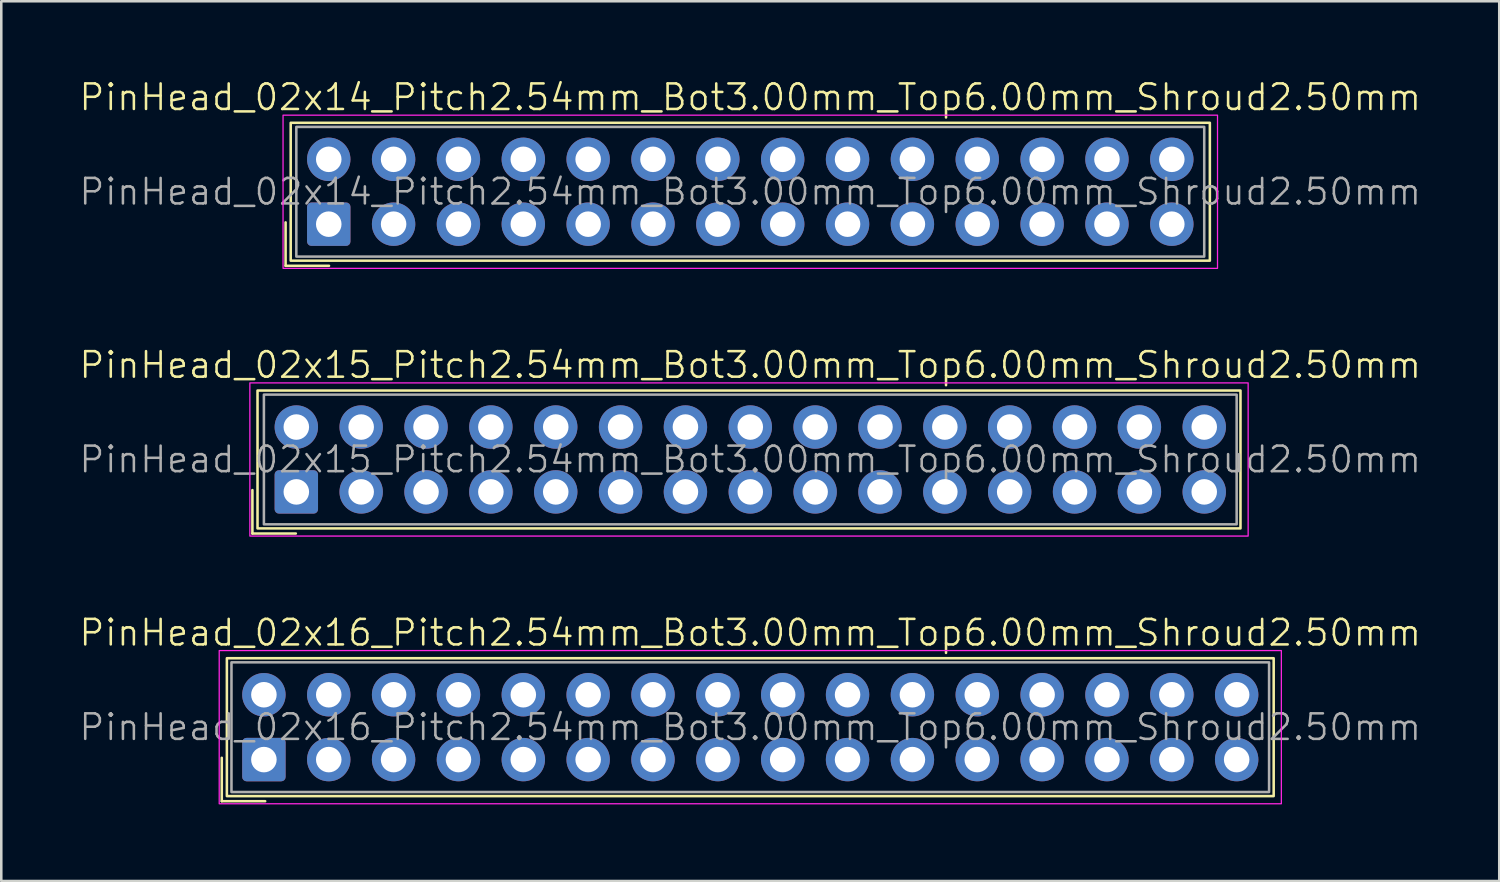
<source format=kicad_pcb>
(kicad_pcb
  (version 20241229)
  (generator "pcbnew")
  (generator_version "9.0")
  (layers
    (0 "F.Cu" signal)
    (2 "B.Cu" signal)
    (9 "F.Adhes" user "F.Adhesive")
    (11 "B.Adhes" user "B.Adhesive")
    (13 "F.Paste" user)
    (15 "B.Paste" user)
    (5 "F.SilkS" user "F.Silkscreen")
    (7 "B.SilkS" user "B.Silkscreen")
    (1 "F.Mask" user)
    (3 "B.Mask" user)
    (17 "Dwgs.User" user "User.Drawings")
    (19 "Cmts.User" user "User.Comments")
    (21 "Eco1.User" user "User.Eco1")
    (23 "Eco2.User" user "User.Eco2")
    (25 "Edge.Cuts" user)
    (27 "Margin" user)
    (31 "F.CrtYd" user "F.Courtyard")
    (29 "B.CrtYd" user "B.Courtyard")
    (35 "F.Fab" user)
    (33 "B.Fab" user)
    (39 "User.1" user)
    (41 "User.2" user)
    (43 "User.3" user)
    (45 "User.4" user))
  (footprint "PinHead_02x16_Pitch2.54mm_Bot3.00mm_Top6.00mm_Shroud2.50mm"
    (layer "F.Cu")
    (at 26.336 25.431)
    (property "Reference" "PinHead_02x16_Pitch2.54mm_Bot3.00mm_Top6.00mm_Shroud2.50mm" (at 0 -3.7 0) (unlocked yes) (layer "F.SilkS") (effects (font (size 1 1) (thickness 0.1))))
    (attr through_hole)
    (fp_line (start -20.7 1.2) (end -20.7 2.9) (stroke (width 0.1) (type default)) (layer "F.SilkS"))
    (fp_line (start -20.7 2.9) (end -19 2.9) (stroke (width 0.1) (type default)) (layer "F.SilkS"))
    (fp_rect (start -20.5 -2.7) (end 20.5 2.7) (stroke (width 0.1) (type default)) (fill no) (layer "F.SilkS"))
    (fp_rect (start -20.8 -3) (end 20.8 3) (stroke (width 0.05) (type default)) (fill no) (layer "F.CrtYd"))
    (fp_rect (start -20.32 -2.54) (end 20.32 2.54) (stroke (width 0.1) (type default)) (fill no) (layer "F.Fab"))
    (fp_text user "${REFERENCE}" (at 0 0 0) (unlocked yes) (layer "F.Fab") (effects (font (size 1 1) (thickness 0.1))))
    (pad "1" thru_hole roundrect (at -19.05 1.27) (size 1.7 1.7) (drill 1) (layers "*.Cu" "*.Mask") (roundrect_rratio 0.1))
    (pad "2" thru_hole circle (at -19.05 -1.27) (size 1.7 1.7) (drill 1) (layers "*.Cu" "*.Mask"))
    (pad "3" thru_hole circle (at -16.51 1.27) (size 1.7 1.7) (drill 1) (layers "*.Cu" "*.Mask"))
    (pad "4" thru_hole circle (at -16.51 -1.27) (size 1.7 1.7) (drill 1) (layers "*.Cu" "*.Mask"))
    (pad "5" thru_hole circle (at -13.97 1.27) (size 1.7 1.7) (drill 1) (layers "*.Cu" "*.Mask"))
    (pad "6" thru_hole circle (at -13.97 -1.27) (size 1.7 1.7) (drill 1) (layers "*.Cu" "*.Mask"))
    (pad "7" thru_hole circle (at -11.43 1.27) (size 1.7 1.7) (drill 1) (layers "*.Cu" "*.Mask"))
    (pad "8" thru_hole circle (at -11.43 -1.27) (size 1.7 1.7) (drill 1) (layers "*.Cu" "*.Mask"))
    (pad "9" thru_hole circle (at -8.89 1.27) (size 1.7 1.7) (drill 1) (layers "*.Cu" "*.Mask"))
    (pad "10" thru_hole circle (at -8.89 -1.27) (size 1.7 1.7) (drill 1) (layers "*.Cu" "*.Mask"))
    (pad "11" thru_hole circle (at -6.35 1.27) (size 1.7 1.7) (drill 1) (layers "*.Cu" "*.Mask"))
    (pad "12" thru_hole circle (at -6.35 -1.27) (size 1.7 1.7) (drill 1) (layers "*.Cu" "*.Mask"))
    (pad "13" thru_hole circle (at -3.81 1.27) (size 1.7 1.7) (drill 1) (layers "*.Cu" "*.Mask"))
    (pad "14" thru_hole circle (at -3.81 -1.27) (size 1.7 1.7) (drill 1) (layers "*.Cu" "*.Mask"))
    (pad "15" thru_hole circle (at -1.27 1.27) (size 1.7 1.7) (drill 1) (layers "*.Cu" "*.Mask"))
    (pad "16" thru_hole circle (at -1.27 -1.27) (size 1.7 1.7) (drill 1) (layers "*.Cu" "*.Mask"))
    (pad "17" thru_hole circle (at 1.27 1.27) (size 1.7 1.7) (drill 1) (layers "*.Cu" "*.Mask"))
    (pad "18" thru_hole circle (at 1.27 -1.27) (size 1.7 1.7) (drill 1) (layers "*.Cu" "*.Mask"))
    (pad "19" thru_hole circle (at 3.81 1.27) (size 1.7 1.7) (drill 1) (layers "*.Cu" "*.Mask"))
    (pad "20" thru_hole circle (at 3.81 -1.27) (size 1.7 1.7) (drill 1) (layers "*.Cu" "*.Mask"))
    (pad "21" thru_hole circle (at 6.35 1.27) (size 1.7 1.7) (drill 1) (layers "*.Cu" "*.Mask"))
    (pad "22" thru_hole circle (at 6.35 -1.27) (size 1.7 1.7) (drill 1) (layers "*.Cu" "*.Mask"))
    (pad "23" thru_hole circle (at 8.89 1.27) (size 1.7 1.7) (drill 1) (layers "*.Cu" "*.Mask"))
    (pad "24" thru_hole circle (at 8.89 -1.27) (size 1.7 1.7) (drill 1) (layers "*.Cu" "*.Mask"))
    (pad "25" thru_hole circle (at 11.43 1.27) (size 1.7 1.7) (drill 1) (layers "*.Cu" "*.Mask"))
    (pad "26" thru_hole circle (at 11.43 -1.27) (size 1.7 1.7) (drill 1) (layers "*.Cu" "*.Mask"))
    (pad "27" thru_hole circle (at 13.97 1.27) (size 1.7 1.7) (drill 1) (layers "*.Cu" "*.Mask"))
    (pad "28" thru_hole circle (at 13.97 -1.27) (size 1.7 1.7) (drill 1) (layers "*.Cu" "*.Mask"))
    (pad "29" thru_hole circle (at 16.51 1.27) (size 1.7 1.7) (drill 1) (layers "*.Cu" "*.Mask"))
    (pad "30" thru_hole circle (at 16.51 -1.27) (size 1.7 1.7) (drill 1) (layers "*.Cu" "*.Mask"))
    (pad "31" thru_hole circle (at 19.05 1.27) (size 1.7 1.7) (drill 1) (layers "*.Cu" "*.Mask"))
    (pad "32" thru_hole circle (at 19.05 -1.27) (size 1.7 1.7) (drill 1) (layers "*.Cu" "*.Mask")))
  (footprint "PinHead_02x15_Pitch2.54mm_Bot3.00mm_Top6.00mm_Shroud2.50mm"
    (layer "F.Cu")
    (at 26.336 14.946)
    (property "Reference" "PinHead_02x15_Pitch2.54mm_Bot3.00mm_Top6.00mm_Shroud2.50mm" (at 0 -3.7 0) (unlocked yes) (layer "F.SilkS") (effects (font (size 1 1) (thickness 0.1))))
    (attr through_hole)
    (fp_line (start -19.5 1.2) (end -19.5 2.9) (stroke (width 0.1) (type default)) (layer "F.SilkS"))
    (fp_line (start -19.5 2.9) (end -17.8 2.9) (stroke (width 0.1) (type default)) (layer "F.SilkS"))
    (fp_rect (start -19.3 -2.7) (end 19.2 2.7) (stroke (width 0.1) (type default)) (fill no) (layer "F.SilkS"))
    (fp_rect (start -19.6 -3) (end 19.5 3) (stroke (width 0.05) (type default)) (fill no) (layer "F.CrtYd"))
    (fp_rect (start -19.05 -2.54) (end 19.05 2.54) (stroke (width 0.1) (type default)) (fill no) (layer "F.Fab"))
    (fp_text user "${REFERENCE}" (at 0 0 0) (unlocked yes) (layer "F.Fab") (effects (font (size 1 1) (thickness 0.1))))
    (pad "1" thru_hole roundrect (at -17.78 1.27) (size 1.7 1.7) (drill 1) (layers "*.Cu" "*.Mask") (roundrect_rratio 0.1))
    (pad "2" thru_hole circle (at -17.78 -1.27) (size 1.7 1.7) (drill 1) (layers "*.Cu" "*.Mask"))
    (pad "3" thru_hole circle (at -15.24 1.27) (size 1.7 1.7) (drill 1) (layers "*.Cu" "*.Mask"))
    (pad "4" thru_hole circle (at -15.24 -1.27) (size 1.7 1.7) (drill 1) (layers "*.Cu" "*.Mask"))
    (pad "5" thru_hole circle (at -12.7 1.27) (size 1.7 1.7) (drill 1) (layers "*.Cu" "*.Mask"))
    (pad "6" thru_hole circle (at -12.7 -1.27) (size 1.7 1.7) (drill 1) (layers "*.Cu" "*.Mask"))
    (pad "7" thru_hole circle (at -10.16 1.27) (size 1.7 1.7) (drill 1) (layers "*.Cu" "*.Mask"))
    (pad "8" thru_hole circle (at -10.16 -1.27) (size 1.7 1.7) (drill 1) (layers "*.Cu" "*.Mask"))
    (pad "9" thru_hole circle (at -7.62 1.27) (size 1.7 1.7) (drill 1) (layers "*.Cu" "*.Mask"))
    (pad "10" thru_hole circle (at -7.62 -1.27) (size 1.7 1.7) (drill 1) (layers "*.Cu" "*.Mask"))
    (pad "11" thru_hole circle (at -5.08 1.27) (size 1.7 1.7) (drill 1) (layers "*.Cu" "*.Mask"))
    (pad "12" thru_hole circle (at -5.08 -1.27) (size 1.7 1.7) (drill 1) (layers "*.Cu" "*.Mask"))
    (pad "13" thru_hole circle (at -2.54 1.27) (size 1.7 1.7) (drill 1) (layers "*.Cu" "*.Mask"))
    (pad "14" thru_hole circle (at -2.54 -1.27) (size 1.7 1.7) (drill 1) (layers "*.Cu" "*.Mask"))
    (pad "15" thru_hole circle (at 0 1.27) (size 1.7 1.7) (drill 1) (layers "*.Cu" "*.Mask"))
    (pad "16" thru_hole circle (at 0 -1.27) (size 1.7 1.7) (drill 1) (layers "*.Cu" "*.Mask"))
    (pad "17" thru_hole circle (at 2.54 1.27) (size 1.7 1.7) (drill 1) (layers "*.Cu" "*.Mask"))
    (pad "18" thru_hole circle (at 2.54 -1.27) (size 1.7 1.7) (drill 1) (layers "*.Cu" "*.Mask"))
    (pad "19" thru_hole circle (at 5.08 1.27) (size 1.7 1.7) (drill 1) (layers "*.Cu" "*.Mask"))
    (pad "20" thru_hole circle (at 5.08 -1.27) (size 1.7 1.7) (drill 1) (layers "*.Cu" "*.Mask"))
    (pad "21" thru_hole circle (at 7.62 1.27) (size 1.7 1.7) (drill 1) (layers "*.Cu" "*.Mask"))
    (pad "22" thru_hole circle (at 7.62 -1.27) (size 1.7 1.7) (drill 1) (layers "*.Cu" "*.Mask"))
    (pad "23" thru_hole circle (at 10.16 1.27) (size 1.7 1.7) (drill 1) (layers "*.Cu" "*.Mask"))
    (pad "24" thru_hole circle (at 10.16 -1.27) (size 1.7 1.7) (drill 1) (layers "*.Cu" "*.Mask"))
    (pad "25" thru_hole circle (at 12.7 1.27) (size 1.7 1.7) (drill 1) (layers "*.Cu" "*.Mask"))
    (pad "26" thru_hole circle (at 12.7 -1.27) (size 1.7 1.7) (drill 1) (layers "*.Cu" "*.Mask"))
    (pad "27" thru_hole circle (at 15.24 1.27) (size 1.7 1.7) (drill 1) (layers "*.Cu" "*.Mask"))
    (pad "28" thru_hole circle (at 15.24 -1.27) (size 1.7 1.7) (drill 1) (layers "*.Cu" "*.Mask"))
    (pad "29" thru_hole circle (at 17.78 1.27) (size 1.7 1.7) (drill 1) (layers "*.Cu" "*.Mask"))
    (pad "30" thru_hole circle (at 17.78 -1.27) (size 1.7 1.7) (drill 1) (layers "*.Cu" "*.Mask")))
  (footprint "PinHead_02x14_Pitch2.54mm_Bot3.00mm_Top6.00mm_Shroud2.50mm"
    (layer "F.Cu")
    (at 26.336 4.46)
    (property "Reference" "PinHead_02x14_Pitch2.54mm_Bot3.00mm_Top6.00mm_Shroud2.50mm" (at 0 -3.7 0) (unlocked yes) (layer "F.SilkS") (effects (font (size 1 1) (thickness 0.1))))
    (attr through_hole)
    (fp_line (start -18.2 1.2) (end -18.2 2.9) (stroke (width 0.1) (type default)) (layer "F.SilkS"))
    (fp_line (start -18.2 2.9) (end -16.5 2.9) (stroke (width 0.1) (type default)) (layer "F.SilkS"))
    (fp_rect (start -18 -2.7) (end 18 2.7) (stroke (width 0.1) (type default)) (fill no) (layer "F.SilkS"))
    (fp_rect (start -18.3 -3) (end 18.3 3) (stroke (width 0.05) (type default)) (fill no) (layer "F.CrtYd"))
    (fp_rect (start -17.78 -2.54) (end 17.78 2.54) (stroke (width 0.1) (type default)) (fill no) (layer "F.Fab"))
    (fp_text user "${REFERENCE}" (at 0 0 0) (unlocked yes) (layer "F.Fab") (effects (font (size 1 1) (thickness 0.1))))
    (pad "1" thru_hole roundrect (at -16.51 1.27) (size 1.7 1.7) (drill 1) (layers "*.Cu" "*.Mask") (roundrect_rratio 0.1))
    (pad "2" thru_hole circle (at -16.51 -1.27) (size 1.7 1.7) (drill 1) (layers "*.Cu" "*.Mask"))
    (pad "3" thru_hole circle (at -13.97 1.27) (size 1.7 1.7) (drill 1) (layers "*.Cu" "*.Mask"))
    (pad "4" thru_hole circle (at -13.97 -1.27) (size 1.7 1.7) (drill 1) (layers "*.Cu" "*.Mask"))
    (pad "5" thru_hole circle (at -11.43 1.27) (size 1.7 1.7) (drill 1) (layers "*.Cu" "*.Mask"))
    (pad "6" thru_hole circle (at -11.43 -1.27) (size 1.7 1.7) (drill 1) (layers "*.Cu" "*.Mask"))
    (pad "7" thru_hole circle (at -8.89 1.27) (size 1.7 1.7) (drill 1) (layers "*.Cu" "*.Mask"))
    (pad "8" thru_hole circle (at -8.89 -1.27) (size 1.7 1.7) (drill 1) (layers "*.Cu" "*.Mask"))
    (pad "9" thru_hole circle (at -6.35 1.27) (size 1.7 1.7) (drill 1) (layers "*.Cu" "*.Mask"))
    (pad "10" thru_hole circle (at -6.35 -1.27) (size 1.7 1.7) (drill 1) (layers "*.Cu" "*.Mask"))
    (pad "11" thru_hole circle (at -3.81 1.27) (size 1.7 1.7) (drill 1) (layers "*.Cu" "*.Mask"))
    (pad "12" thru_hole circle (at -3.81 -1.27) (size 1.7 1.7) (drill 1) (layers "*.Cu" "*.Mask"))
    (pad "13" thru_hole circle (at -1.27 1.27) (size 1.7 1.7) (drill 1) (layers "*.Cu" "*.Mask"))
    (pad "14" thru_hole circle (at -1.27 -1.27) (size 1.7 1.7) (drill 1) (layers "*.Cu" "*.Mask"))
    (pad "15" thru_hole circle (at 1.27 1.27) (size 1.7 1.7) (drill 1) (layers "*.Cu" "*.Mask"))
    (pad "16" thru_hole circle (at 1.27 -1.27) (size 1.7 1.7) (drill 1) (layers "*.Cu" "*.Mask"))
    (pad "17" thru_hole circle (at 3.81 1.27) (size 1.7 1.7) (drill 1) (layers "*.Cu" "*.Mask"))
    (pad "18" thru_hole circle (at 3.81 -1.27) (size 1.7 1.7) (drill 1) (layers "*.Cu" "*.Mask"))
    (pad "19" thru_hole circle (at 6.35 1.27) (size 1.7 1.7) (drill 1) (layers "*.Cu" "*.Mask"))
    (pad "20" thru_hole circle (at 6.35 -1.27) (size 1.7 1.7) (drill 1) (layers "*.Cu" "*.Mask"))
    (pad "21" thru_hole circle (at 8.89 1.27) (size 1.7 1.7) (drill 1) (layers "*.Cu" "*.Mask"))
    (pad "22" thru_hole circle (at 8.89 -1.27) (size 1.7 1.7) (drill 1) (layers "*.Cu" "*.Mask"))
    (pad "23" thru_hole circle (at 11.43 1.27) (size 1.7 1.7) (drill 1) (layers "*.Cu" "*.Mask"))
    (pad "24" thru_hole circle (at 11.43 -1.27) (size 1.7 1.7) (drill 1) (layers "*.Cu" "*.Mask"))
    (pad "25" thru_hole circle (at 13.97 1.27) (size 1.7 1.7) (drill 1) (layers "*.Cu" "*.Mask"))
    (pad "26" thru_hole circle (at 13.97 -1.27) (size 1.7 1.7) (drill 1) (layers "*.Cu" "*.Mask"))
    (pad "27" thru_hole circle (at 16.51 1.27) (size 1.7 1.7) (drill 1) (layers "*.Cu" "*.Mask"))
    (pad "28" thru_hole circle (at 16.51 -1.27) (size 1.7 1.7) (drill 1) (layers "*.Cu" "*.Mask")))
  (gr_rect
    (start -3 -3)
    (end 55.671 31.456)
    (stroke (width 0.1) (type default))
    (fill no)
    (layer "Edge.Cuts")))
</source>
